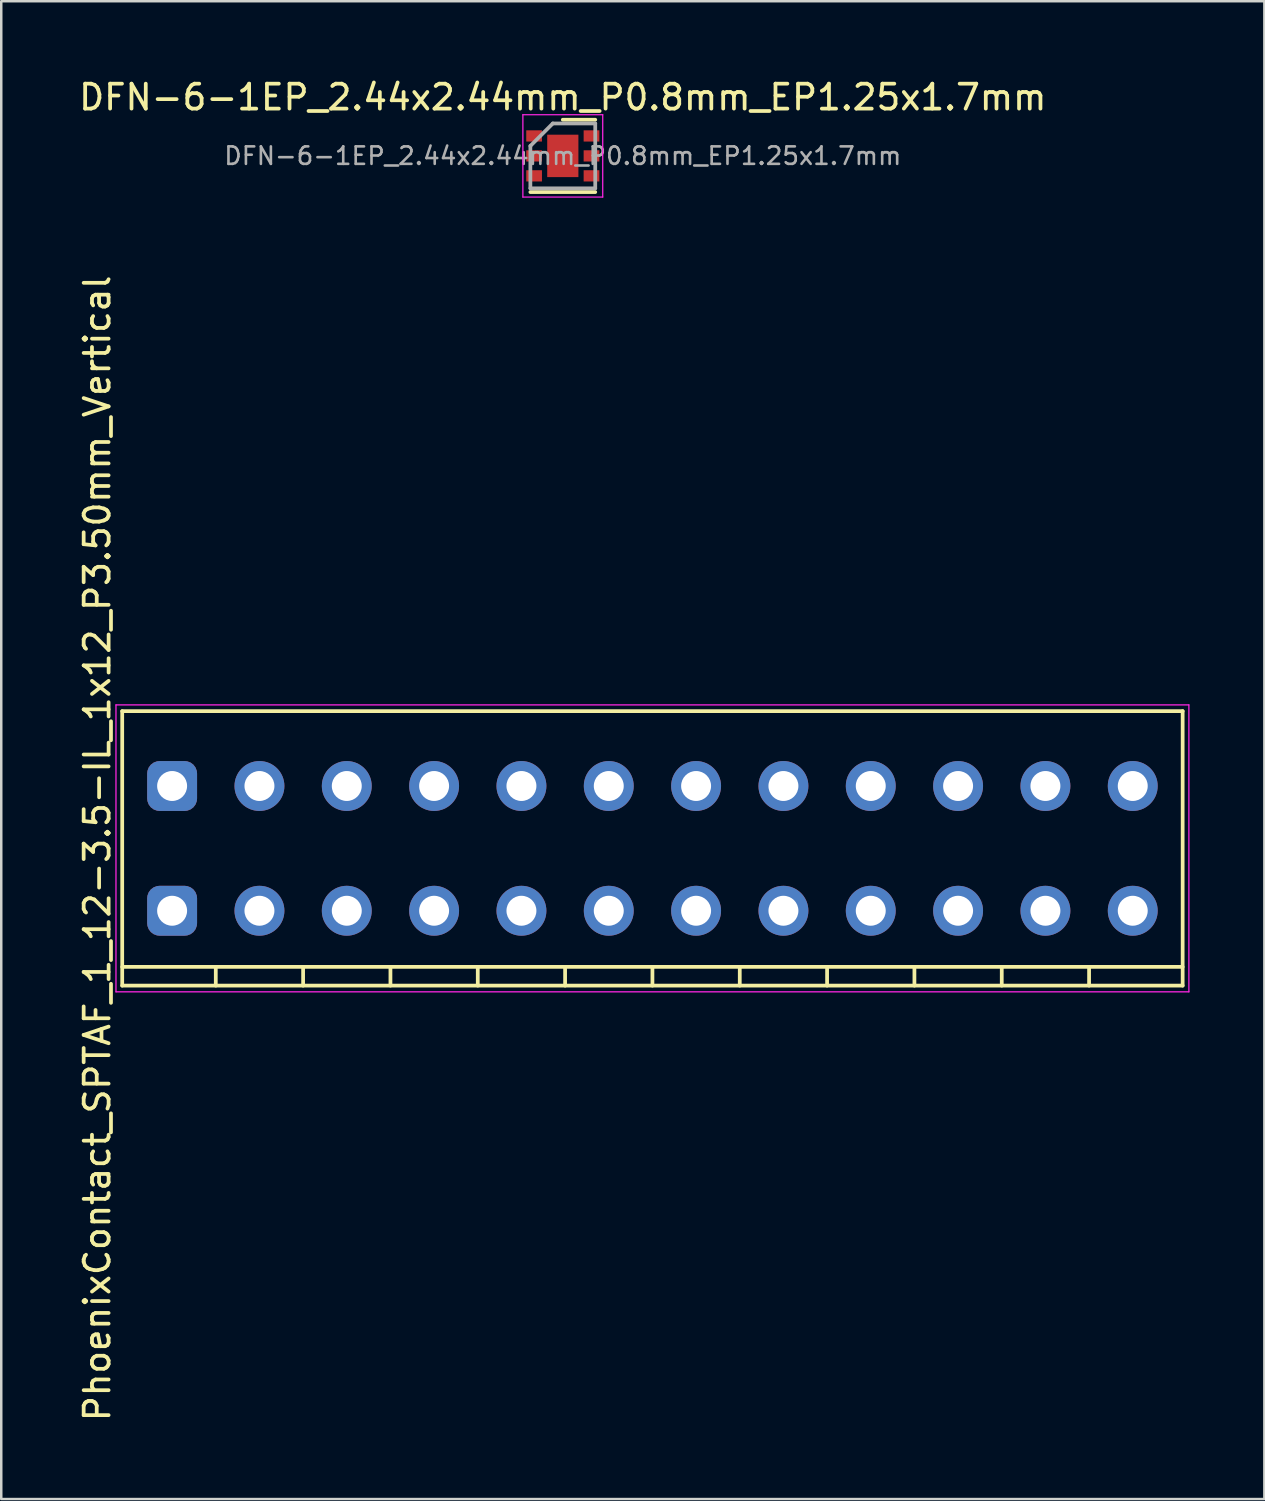
<source format=kicad_pcb>
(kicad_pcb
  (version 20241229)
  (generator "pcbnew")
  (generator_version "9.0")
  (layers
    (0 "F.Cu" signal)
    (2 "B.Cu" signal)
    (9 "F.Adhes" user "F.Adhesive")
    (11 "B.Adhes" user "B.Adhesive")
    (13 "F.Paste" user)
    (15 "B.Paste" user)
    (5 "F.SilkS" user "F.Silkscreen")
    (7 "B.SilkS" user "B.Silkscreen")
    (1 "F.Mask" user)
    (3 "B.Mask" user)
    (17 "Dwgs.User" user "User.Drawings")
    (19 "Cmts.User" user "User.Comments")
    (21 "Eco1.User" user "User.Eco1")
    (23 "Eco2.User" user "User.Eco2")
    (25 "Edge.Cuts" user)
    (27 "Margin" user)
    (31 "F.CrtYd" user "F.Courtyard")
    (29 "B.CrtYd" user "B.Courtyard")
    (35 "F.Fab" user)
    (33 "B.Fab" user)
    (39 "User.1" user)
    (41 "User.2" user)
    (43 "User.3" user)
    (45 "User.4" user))
  (footprint "PhoenixContact_SPTAF_1_12-3.5-IL_1x12_P3.50mm_Vertical"
    (layer "F.Cu")
    (at 23.098 30.951)
    (property "Reference" "PhoenixContact_SPTAF_1_12-3.5-IL_1x12_P3.50mm_Vertical" (at -22.25 0 90) (layer "F.SilkS") (effects (font (size 1 1) (thickness 0.15))))
    (attr through_hole)
    (fp_line (start -21.25 -5.5) (end -21.25 5.5) (stroke (width 0.15) (type solid)) (layer "F.SilkS"))
    (fp_line (start -21.25 5.5) (end 21.25 5.5) (stroke (width 0.15) (type solid)) (layer "F.SilkS"))
    (fp_line (start -17.5 4.75) (end -17.5 5.5) (stroke (width 0.15) (type solid)) (layer "F.SilkS"))
    (fp_line (start -14 4.75) (end -14 5.5) (stroke (width 0.15) (type solid)) (layer "F.SilkS"))
    (fp_line (start -10.5 4.75) (end -10.5 5.5) (stroke (width 0.15) (type solid)) (layer "F.SilkS"))
    (fp_line (start -7 4.75) (end -7 5.5) (stroke (width 0.15) (type solid)) (layer "F.SilkS"))
    (fp_line (start -3.5 4.75) (end -3.5 5.5) (stroke (width 0.15) (type solid)) (layer "F.SilkS"))
    (fp_line (start 0 4.75) (end 0 5.5) (stroke (width 0.15) (type solid)) (layer "F.SilkS"))
    (fp_line (start 3.5 4.75) (end 3.5 5.5) (stroke (width 0.15) (type solid)) (layer "F.SilkS"))
    (fp_line (start 7 4.75) (end 7 5.5) (stroke (width 0.15) (type solid)) (layer "F.SilkS"))
    (fp_line (start 10.5 4.75) (end 10.5 5.5) (stroke (width 0.15) (type solid)) (layer "F.SilkS"))
    (fp_line (start 14 4.75) (end 14 5.5) (stroke (width 0.15) (type solid)) (layer "F.SilkS"))
    (fp_line (start 17.5 4.75) (end 17.5 5.5) (stroke (width 0.15) (type solid)) (layer "F.SilkS"))
    (fp_line (start 21.25 -5.5) (end -21.25 -5.5) (stroke (width 0.15) (type solid)) (layer "F.SilkS"))
    (fp_line (start 21.25 4.75) (end -21.25 4.75) (stroke (width 0.15) (type solid)) (layer "F.SilkS"))
    (fp_line (start 21.25 5.5) (end 21.25 -5.5) (stroke (width 0.15) (type solid)) (layer "F.SilkS"))
    (fp_line (start -21.5 -5.75) (end 21.5 -5.75) (stroke (width 0.05) (type solid)) (layer "F.CrtYd"))
    (fp_line (start -21.5 5.75) (end -21.5 -5.75) (stroke (width 0.05) (type solid)) (layer "F.CrtYd"))
    (fp_line (start 21.5 -5.75) (end 21.5 5.75) (stroke (width 0.05) (type solid)) (layer "F.CrtYd"))
    (fp_line (start 21.5 5.75) (end -21.5 5.75) (stroke (width 0.05) (type solid)) (layer "F.CrtYd"))
    (pad "1" thru_hole roundrect (at -19.25 -2.5) (size 2 2) (drill 1.2) (layers "*.Cu" "*.Mask") (roundrect_rratio 0.25))
    (pad "1" thru_hole roundrect (at -19.25 2.5) (size 2 2) (drill 1.2) (layers "*.Cu" "*.Mask") (roundrect_rratio 0.25))
    (pad "2" thru_hole circle (at -15.75 -2.5) (size 2 2) (drill 1.2) (layers "*.Cu" "*.Mask"))
    (pad "2" thru_hole circle (at -15.75 2.5) (size 2 2) (drill 1.2) (layers "*.Cu" "*.Mask"))
    (pad "3" thru_hole circle (at -12.25 -2.5) (size 2 2) (drill 1.2) (layers "*.Cu" "*.Mask"))
    (pad "3" thru_hole circle (at -12.25 2.5) (size 2 2) (drill 1.2) (layers "*.Cu" "*.Mask"))
    (pad "4" thru_hole circle (at -8.75 -2.5) (size 2 2) (drill 1.2) (layers "*.Cu" "*.Mask"))
    (pad "4" thru_hole circle (at -8.75 2.5) (size 2 2) (drill 1.2) (layers "*.Cu" "*.Mask"))
    (pad "5" thru_hole circle (at -5.25 -2.5) (size 2 2) (drill 1.2) (layers "*.Cu" "*.Mask"))
    (pad "5" thru_hole circle (at -5.25 2.5) (size 2 2) (drill 1.2) (layers "*.Cu" "*.Mask"))
    (pad "6" thru_hole circle (at -1.75 -2.5) (size 2 2) (drill 1.2) (layers "*.Cu" "*.Mask"))
    (pad "6" thru_hole circle (at -1.75 2.5) (size 2 2) (drill 1.2) (layers "*.Cu" "*.Mask"))
    (pad "7" thru_hole circle (at 1.75 -2.5) (size 2 2) (drill 1.2) (layers "*.Cu" "*.Mask"))
    (pad "7" thru_hole circle (at 1.75 2.5) (size 2 2) (drill 1.2) (layers "*.Cu" "*.Mask"))
    (pad "8" thru_hole circle (at 5.25 -2.5) (size 2 2) (drill 1.2) (layers "*.Cu" "*.Mask"))
    (pad "8" thru_hole circle (at 5.25 2.5) (size 2 2) (drill 1.2) (layers "*.Cu" "*.Mask"))
    (pad "9" thru_hole circle (at 8.75 -2.5) (size 2 2) (drill 1.2) (layers "*.Cu" "*.Mask"))
    (pad "9" thru_hole circle (at 8.75 2.5) (size 2 2) (drill 1.2) (layers "*.Cu" "*.Mask"))
    (pad "10" thru_hole circle (at 12.25 -2.5) (size 2 2) (drill 1.2) (layers "*.Cu" "*.Mask"))
    (pad "10" thru_hole circle (at 12.25 2.5) (size 2 2) (drill 1.2) (layers "*.Cu" "*.Mask"))
    (pad "11" thru_hole circle (at 15.75 -2.5) (size 2 2) (drill 1.2) (layers "*.Cu" "*.Mask"))
    (pad "11" thru_hole circle (at 15.75 2.5) (size 2 2) (drill 1.2) (layers "*.Cu" "*.Mask"))
    (pad "12" thru_hole circle (at 19.25 -2.5) (size 2 2) (drill 1.2) (layers "*.Cu" "*.Mask"))
    (pad "12" thru_hole circle (at 19.25 2.5) (size 2 2) (drill 1.2) (layers "*.Cu" "*.Mask")))
  (footprint "DFN-6-1EP_2.44x2.44mm_P0.8mm_EP1.25x1.7mm"
    (layer "F.Cu")
    (at 19.506 3.198)
    (property "Reference" "DFN-6-1EP_2.44x2.44mm_P0.8mm_EP1.25x1.7mm" (at 0 -2.35 0) (layer "F.SilkS") (effects (font (size 1 1) (thickness 0.15))))
    (attr smd)
    (fp_line (start -1.3 1.45) (end 1.3 1.45) (stroke (width 0.15) (type solid)) (layer "F.SilkS"))
    (fp_line (start 0 -1.45) (end 1.3 -1.45) (stroke (width 0.15) (type solid)) (layer "F.SilkS"))
    (fp_line (start -1.6 -1.65) (end -1.6 1.65) (stroke (width 0.05) (type solid)) (layer "F.CrtYd"))
    (fp_line (start -1.6 -1.65) (end 1.6 -1.65) (stroke (width 0.05) (type solid)) (layer "F.CrtYd"))
    (fp_line (start -1.6 1.65) (end 1.6 1.65) (stroke (width 0.05) (type solid)) (layer "F.CrtYd"))
    (fp_line (start 1.6 -1.65) (end 1.6 1.65) (stroke (width 0.05) (type solid)) (layer "F.CrtYd"))
    (fp_line (start -1.3 -0.4) (end -0.4 -1.3) (stroke (width 0.15) (type solid)) (layer "F.Fab"))
    (fp_line (start -1.3 1.3) (end -1.3 -0.4) (stroke (width 0.15) (type solid)) (layer "F.Fab"))
    (fp_line (start -0.4 -1.3) (end 1.3 -1.3) (stroke (width 0.15) (type solid)) (layer "F.Fab"))
    (fp_line (start 1.3 -1.3) (end 1.3 1.3) (stroke (width 0.15) (type solid)) (layer "F.Fab"))
    (fp_line (start 1.3 1.3) (end -1.3 1.3) (stroke (width 0.15) (type solid)) (layer "F.Fab"))
    (fp_text user "${REFERENCE}" (at 0 0 0) (layer "F.Fab") (effects (font (size 0.7 0.7) (thickness 0.105))))
    (pad "" smd rect (at 0 -0.4) (size 1.05 0.7) (layers "F.Paste"))
    (pad "" smd rect (at 0 0.4) (size 1.05 0.7) (layers "F.Paste"))
    (pad "1" smd rect (at -1.15 -0.8) (size 0.63 0.45) (layers "F.Cu" "F.Mask" "F.Paste"))
    (pad "2" smd rect (at -1.15 0) (size 0.63 0.45) (layers "F.Cu" "F.Mask" "F.Paste"))
    (pad "3" smd rect (at -1.15 0.8) (size 0.63 0.45) (layers "F.Cu" "F.Mask" "F.Paste"))
    (pad "4" smd rect (at 1.15 0.8) (size 0.63 0.45) (layers "F.Cu" "F.Mask" "F.Paste"))
    (pad "5" smd rect (at 1.15 0) (size 0.63 0.45) (layers "F.Cu" "F.Mask" "F.Paste"))
    (pad "6" smd rect (at 1.15 -0.8) (size 0.63 0.45) (layers "F.Cu" "F.Mask" "F.Paste"))
    (pad "7" smd rect (at 0 0) (size 1.25 1.7) (layers "F.Cu" "F.Mask")))
  (gr_rect
    (start -3 -3)
    (end 47.623 57.028)
    (stroke (width 0.1) (type default))
    (fill no)
    (layer "Edge.Cuts")))
</source>
